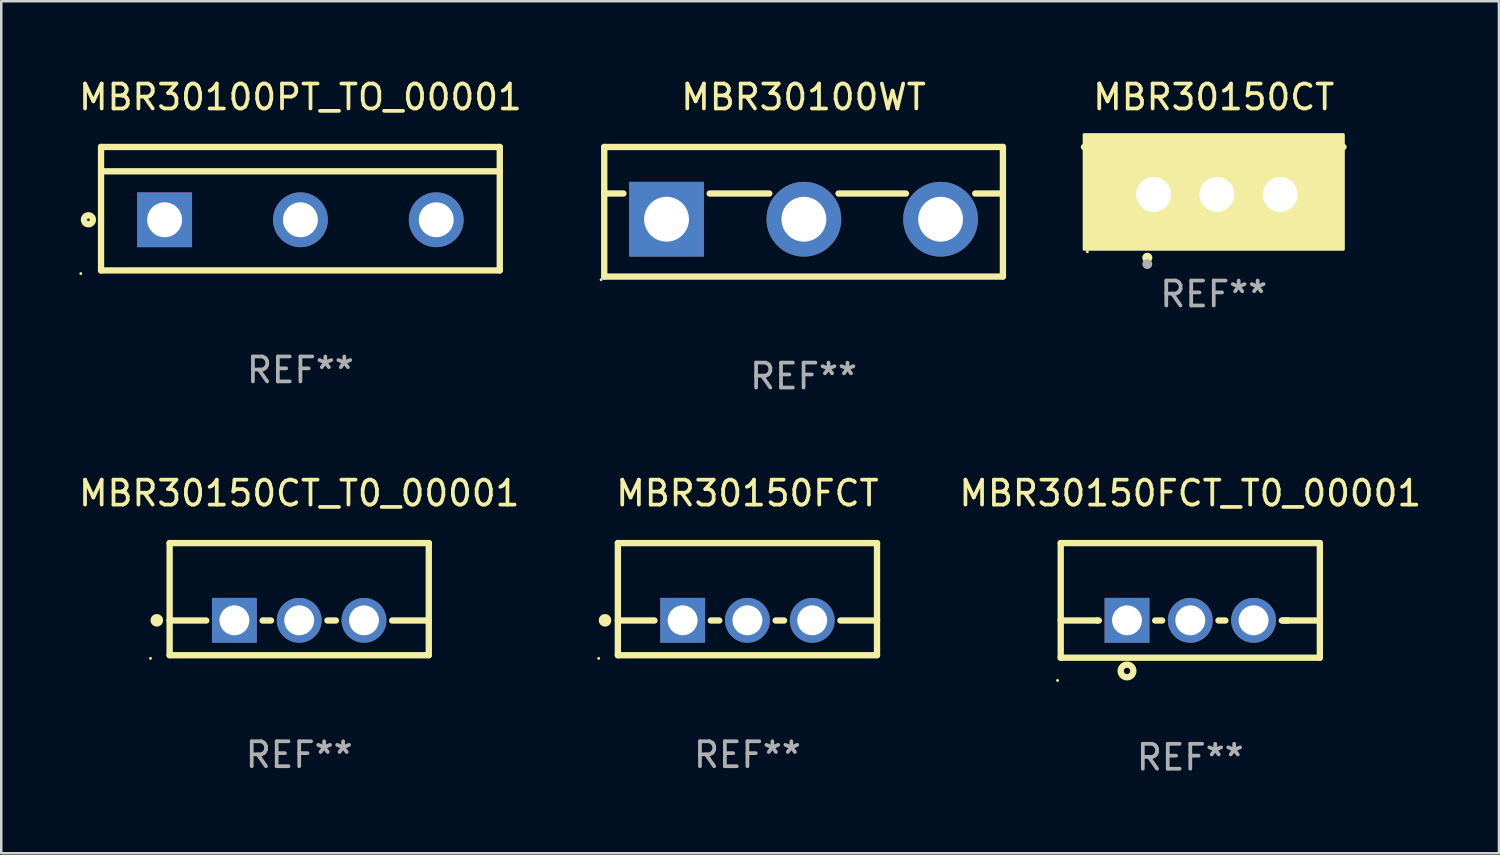
<source format=kicad_pcb>
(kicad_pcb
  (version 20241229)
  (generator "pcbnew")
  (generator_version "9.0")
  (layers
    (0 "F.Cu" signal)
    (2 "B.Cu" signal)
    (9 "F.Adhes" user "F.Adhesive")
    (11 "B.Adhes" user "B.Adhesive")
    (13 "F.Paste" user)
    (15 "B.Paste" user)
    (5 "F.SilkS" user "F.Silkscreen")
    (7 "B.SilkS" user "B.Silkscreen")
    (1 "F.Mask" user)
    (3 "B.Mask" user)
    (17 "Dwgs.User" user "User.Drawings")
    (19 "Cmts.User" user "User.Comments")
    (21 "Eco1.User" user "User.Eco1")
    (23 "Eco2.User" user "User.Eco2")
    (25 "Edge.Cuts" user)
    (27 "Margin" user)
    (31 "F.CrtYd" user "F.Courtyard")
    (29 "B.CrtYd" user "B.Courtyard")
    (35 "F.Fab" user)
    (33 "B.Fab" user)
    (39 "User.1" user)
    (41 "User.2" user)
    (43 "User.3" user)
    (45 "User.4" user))
  (footprint "MBR30150FCT"
    (layer "F.Cu")
    (at 26.946 20.995)
    (property "Reference" "MBR30150FCT" (at 0 -4.25 0) (layer "F.SilkS") (effects (font (size 1 1) (thickness 0.15))))
    (attr through_hole)
    (fp_line (start -5.2 -2.25) (end -5.2 2.25) (stroke (width 0.254) (type solid)) (layer "F.SilkS"))
    (fp_line (start -5.2 -2.25) (end 5.2 -2.25) (stroke (width 0.254) (type solid)) (layer "F.SilkS"))
    (fp_line (start -5.2 0.857) (end -3.731 0.857) (stroke (width 0.254) (type solid)) (layer "F.SilkS"))
    (fp_line (start -5.2 2.25) (end 5.2 2.25) (stroke (width 0.254) (type solid)) (layer "F.SilkS"))
    (fp_line (start -1.469 0.857) (end -1.131 0.857) (stroke (width 0.254) (type solid)) (layer "F.SilkS"))
    (fp_line (start 1.131 0.857) (end 1.469 0.857) (stroke (width 0.254) (type solid)) (layer "F.SilkS"))
    (fp_line (start 3.731 0.857) (end 5.2 0.857) (stroke (width 0.254) (type solid)) (layer "F.SilkS"))
    (fp_line (start 5.2 -2.25) (end 5.2 2.25) (stroke (width 0.254) (type solid)) (layer "F.SilkS"))
    (fp_circle (center -5.969 2.377) (end -5.939 2.377) (stroke (width 0.06) (type solid)) (fill no) (layer "F.SilkS"))
    (fp_circle (center -5.715 0.85) (end -5.588 0.85) (stroke (width 0.254) (type solid)) (fill no) (layer "F.SilkS"))
    (fp_text user "REF**" (at 0 6.25 0) (layer "F.Fab") (effects (font (size 1 1) (thickness 0.15))))
    (pad "1" thru_hole rect (at -2.6 0.85) (size 1.8 1.8) (drill 1.2) (layers "*.Cu" "*.Mask"))
    (pad "2" thru_hole circle (at 0 0.85) (size 1.8 1.8) (drill 1.2) (layers "*.Cu" "*.Mask"))
    (pad "3" thru_hole circle (at 2.6 0.85) (size 1.8 1.8) (drill 1.2) (layers "*.Cu" "*.Mask")))
  (footprint "MBR30150FCT_T0_00001"
    (layer "F.Cu")
    (at 44.719 21.045)
    (property "Reference" "MBR30150FCT_T0_00001" (at 0 -4.3 0) (layer "F.SilkS") (effects (font (size 1 1) (thickness 0.15))))
    (attr through_hole)
    (fp_line (start -5.2 -2.3) (end -5.2 2.3) (stroke (width 0.254) (type solid)) (layer "F.SilkS"))
    (fp_line (start -5.2 -2.3) (end 5.2 -2.3) (stroke (width 0.254) (type solid)) (layer "F.SilkS"))
    (fp_line (start -5.2 0.807) (end -3.731 0.807) (stroke (width 0.254) (type solid)) (layer "F.SilkS"))
    (fp_line (start -5.2 2.3) (end 5.2 2.3) (stroke (width 0.254) (type solid)) (layer "F.SilkS"))
    (fp_line (start -3.731 0.807) (end -3.671 0.807) (stroke (width 0.254) (type solid)) (layer "F.SilkS"))
    (fp_line (start -1.409 0.807) (end -1.131 0.807) (stroke (width 0.254) (type solid)) (layer "F.SilkS"))
    (fp_line (start 1.131 0.807) (end 1.409 0.807) (stroke (width 0.254) (type solid)) (layer "F.SilkS"))
    (fp_line (start 3.671 0.807) (end 3.926 0.807) (stroke (width 0.254) (type solid)) (layer "F.SilkS"))
    (fp_line (start 3.731 0.807) (end 5.2 0.807) (stroke (width 0.254) (type solid)) (layer "F.SilkS"))
    (fp_line (start 5.2 -2.3) (end 5.2 2.3) (stroke (width 0.254) (type solid)) (layer "F.SilkS"))
    (fp_circle (center -5.327 3.213) (end -5.297 3.213) (stroke (width 0.06) (type solid)) (fill no) (layer "F.SilkS"))
    (fp_circle (center -2.54 2.832) (end -2.286 2.832) (stroke (width 0.254) (type solid)) (fill no) (layer "F.SilkS"))
    (fp_text user "REF**" (at 0 6.3 0) (layer "F.Fab") (effects (font (size 1 1) (thickness 0.15))))
    (pad "1" thru_hole rect (at -2.54 0.8) (size 1.8 1.8) (drill 1.2) (layers "*.Cu" "*.Mask"))
    (pad "2" thru_hole circle (at 0 0.8) (size 1.8 1.8) (drill 1.2) (layers "*.Cu" "*.Mask"))
    (pad "3" thru_hole circle (at 2.54 0.8) (size 1.8 1.8) (drill 1.2) (layers "*.Cu" "*.Mask")))
  (footprint "MBR30150CT"
    (layer "F.Cu")
    (at 45.66 3.801)
    (property "Reference" "MBR30150CT" (at 0 -2.953 0) (layer "F.SilkS") (effects (font (size 1 1) (thickness 0.15))))
    (attr through_hole)
    (fp_line (start 5.207 -0.953) (end -5.207 -0.953) (stroke (width 0.254) (type solid)) (layer "F.SilkS"))
    (fp_arc (start -2.66698 3.49252) (mid -2.66571 3.492516) (end -2.66444 3.49252) (stroke (width 0.4) (type solid)) (layer "F.SilkS"))
    (fp_circle (center -5.073 3.252) (end -5.043 3.252) (stroke (width 0.06) (type solid)) (fill no) (layer "F.SilkS"))
    (fp_poly (pts (xy -5.2 -1.448) (xy 5.2 -1.448) (xy 5.2 3.152) (xy -5.2 3.152)) (stroke (width 0.12) (type solid)) (fill yes) (layer "F.SilkS"))
    (fp_circle (center -2.667 3.747) (end -2.567 3.747) (stroke (width 0.2) (type solid)) (fill no) (layer "F.Fab"))
    (fp_text user "REF**" (at 0 4.953 0) (layer "F.Fab") (effects (font (size 1 1) (thickness 0.15))))
    (pad "1" thru_hole rect (at -2.413 0.953) (size 2 2.5) (drill 1.4) (layers "*.Cu" "*.Mask"))
    (pad "2" thru_hole oval (at 0.127 0.953) (size 2 2.5) (drill 1.4) (layers "*.Cu" "*.Mask"))
    (pad "3" thru_hole oval (at 2.667 0.953) (size 2 2.5) (drill 1.4) (layers "*.Cu" "*.Mask")))
  (footprint "MBR30100PT_TO_00001"
    (layer "F.Cu")
    (at 9.006 5.325)
    (property "Reference" "MBR30100PT_TO_00001" (at 0 -4.477 0) (layer "F.SilkS") (effects (font (size 1 1) (thickness 0.15))))
    (attr through_hole)
    (fp_line (start -8.001 -2.477) (end 8.001 -2.477) (stroke (width 0.254) (type solid)) (layer "F.SilkS"))
    (fp_line (start -8.001 2.477) (end -8.001 -2.477) (stroke (width 0.254) (type solid)) (layer "F.SilkS"))
    (fp_line (start -7.999 -1.5) (end 8.001 -1.5) (stroke (width 0.254) (type solid)) (layer "F.SilkS"))
    (fp_line (start 8.001 -2.477) (end 8.001 2.477) (stroke (width 0.254) (type solid)) (layer "F.SilkS"))
    (fp_line (start 8.001 2.477) (end -8.001 2.477) (stroke (width 0.254) (type solid)) (layer "F.SilkS"))
    (fp_circle (center -8.814 2.604) (end -8.784 2.604) (stroke (width 0.06) (type solid)) (fill no) (layer "F.SilkS"))
    (fp_circle (center -8.508 0.445) (end -8.328 0.445) (stroke (width 0.254) (type solid)) (fill no) (layer "F.SilkS"))
    (fp_text user "REF**" (at 0 6.477 0) (layer "F.Fab") (effects (font (size 1 1) (thickness 0.15))))
    (pad "1" thru_hole rect (at -5.449 0.445) (size 2.2 2.2) (drill 1.4) (layers "*.Cu" "*.Mask"))
    (pad "2" thru_hole circle (at 0.001 0.445) (size 2.2 2.2) (drill 1.4) (layers "*.Cu" "*.Mask"))
    (pad "3" thru_hole circle (at 5.451 0.445) (size 2.2 2.2) (drill 1.4) (layers "*.Cu" "*.Mask")))
  (footprint "MBR30150CT_T0_00001"
    (layer "F.Cu")
    (at 8.958 20.995)
    (property "Reference" "MBR30150CT_T0_00001" (at 0 -4.25 0) (layer "F.SilkS") (effects (font (size 1 1) (thickness 0.15))))
    (attr through_hole)
    (fp_line (start -5.2 -2.25) (end -5.2 2.25) (stroke (width 0.254) (type solid)) (layer "F.SilkS"))
    (fp_line (start -5.2 -2.25) (end 5.2 -2.25) (stroke (width 0.254) (type solid)) (layer "F.SilkS"))
    (fp_line (start -5.2 0.857) (end -3.731 0.857) (stroke (width 0.254) (type solid)) (layer "F.SilkS"))
    (fp_line (start -5.2 2.25) (end 5.2 2.25) (stroke (width 0.254) (type solid)) (layer "F.SilkS"))
    (fp_line (start -1.469 0.857) (end -1.131 0.857) (stroke (width 0.254) (type solid)) (layer "F.SilkS"))
    (fp_line (start 1.131 0.857) (end 1.469 0.857) (stroke (width 0.254) (type solid)) (layer "F.SilkS"))
    (fp_line (start 3.731 0.857) (end 5.2 0.857) (stroke (width 0.254) (type solid)) (layer "F.SilkS"))
    (fp_line (start 5.2 -2.25) (end 5.2 2.25) (stroke (width 0.254) (type solid)) (layer "F.SilkS"))
    (fp_circle (center -5.969 2.377) (end -5.939 2.377) (stroke (width 0.06) (type solid)) (fill no) (layer "F.SilkS"))
    (fp_circle (center -5.715 0.85) (end -5.588 0.85) (stroke (width 0.254) (type solid)) (fill no) (layer "F.SilkS"))
    (fp_text user "REF**" (at 0 6.25 0) (layer "F.Fab") (effects (font (size 1 1) (thickness 0.15))))
    (pad "1" thru_hole rect (at -2.6 0.85) (size 1.8 1.8) (drill 1.2) (layers "*.Cu" "*.Mask"))
    (pad "2" thru_hole circle (at 0 0.85) (size 1.8 1.8) (drill 1.2) (layers "*.Cu" "*.Mask"))
    (pad "3" thru_hole circle (at 2.6 0.85) (size 1.8 1.8) (drill 1.2) (layers "*.Cu" "*.Mask")))
  (footprint "MBR30100WT"
    (layer "F.Cu")
    (at 29.199 5.448)
    (property "Reference" "MBR30100WT" (at 0 -4.6 0) (layer "F.SilkS") (effects (font (size 1 1) (thickness 0.15))))
    (attr through_hole)
    (fp_line (start -8 -2.6) (end -8 2.6) (stroke (width 0.254) (type solid)) (layer "F.SilkS"))
    (fp_line (start -8 -2.6) (end 8 -2.6) (stroke (width 0.254) (type solid)) (layer "F.SilkS"))
    (fp_line (start -8 -0.732) (end -7.23 -0.732) (stroke (width 0.254) (type solid)) (layer "F.SilkS"))
    (fp_line (start -8 2.6) (end 8 2.6) (stroke (width 0.254) (type solid)) (layer "F.SilkS"))
    (fp_line (start -3.768 -0.732) (end -1.376 -0.732) (stroke (width 0.254) (type solid)) (layer "F.SilkS"))
    (fp_line (start 1.402 -0.732) (end 4.11 -0.732) (stroke (width 0.254) (type solid)) (layer "F.SilkS"))
    (fp_line (start 6.888 -0.732) (end 8 -0.732) (stroke (width 0.254) (type solid)) (layer "F.SilkS"))
    (fp_line (start 8 -2.6) (end 8 2.6) (stroke (width 0.254) (type solid)) (layer "F.SilkS"))
    (fp_circle (center -8.127 2.727) (end -8.097 2.727) (stroke (width 0.06) (type solid)) (fill no) (layer "F.SilkS"))
    (fp_text user "REF**" (at 0 6.6 0) (layer "F.Fab") (effects (font (size 1 1) (thickness 0.15))))
    (pad "1" thru_hole rect (at -5.499 0.3) (size 3 3) (drill 1.8) (layers "*.Cu" "*.Mask"))
    (pad "2" thru_hole circle (at 0.013 0.3) (size 3 3) (drill 1.8) (layers "*.Cu" "*.Mask"))
    (pad "3" thru_hole circle (at 5.499 0.3) (size 3 3) (drill 1.8) (layers "*.Cu" "*.Mask")))
  (gr_rect
    (start -3 -3)
    (end 57.106 31.193)
    (stroke (width 0.1) (type default))
    (fill no)
    (layer "Edge.Cuts")))
</source>
